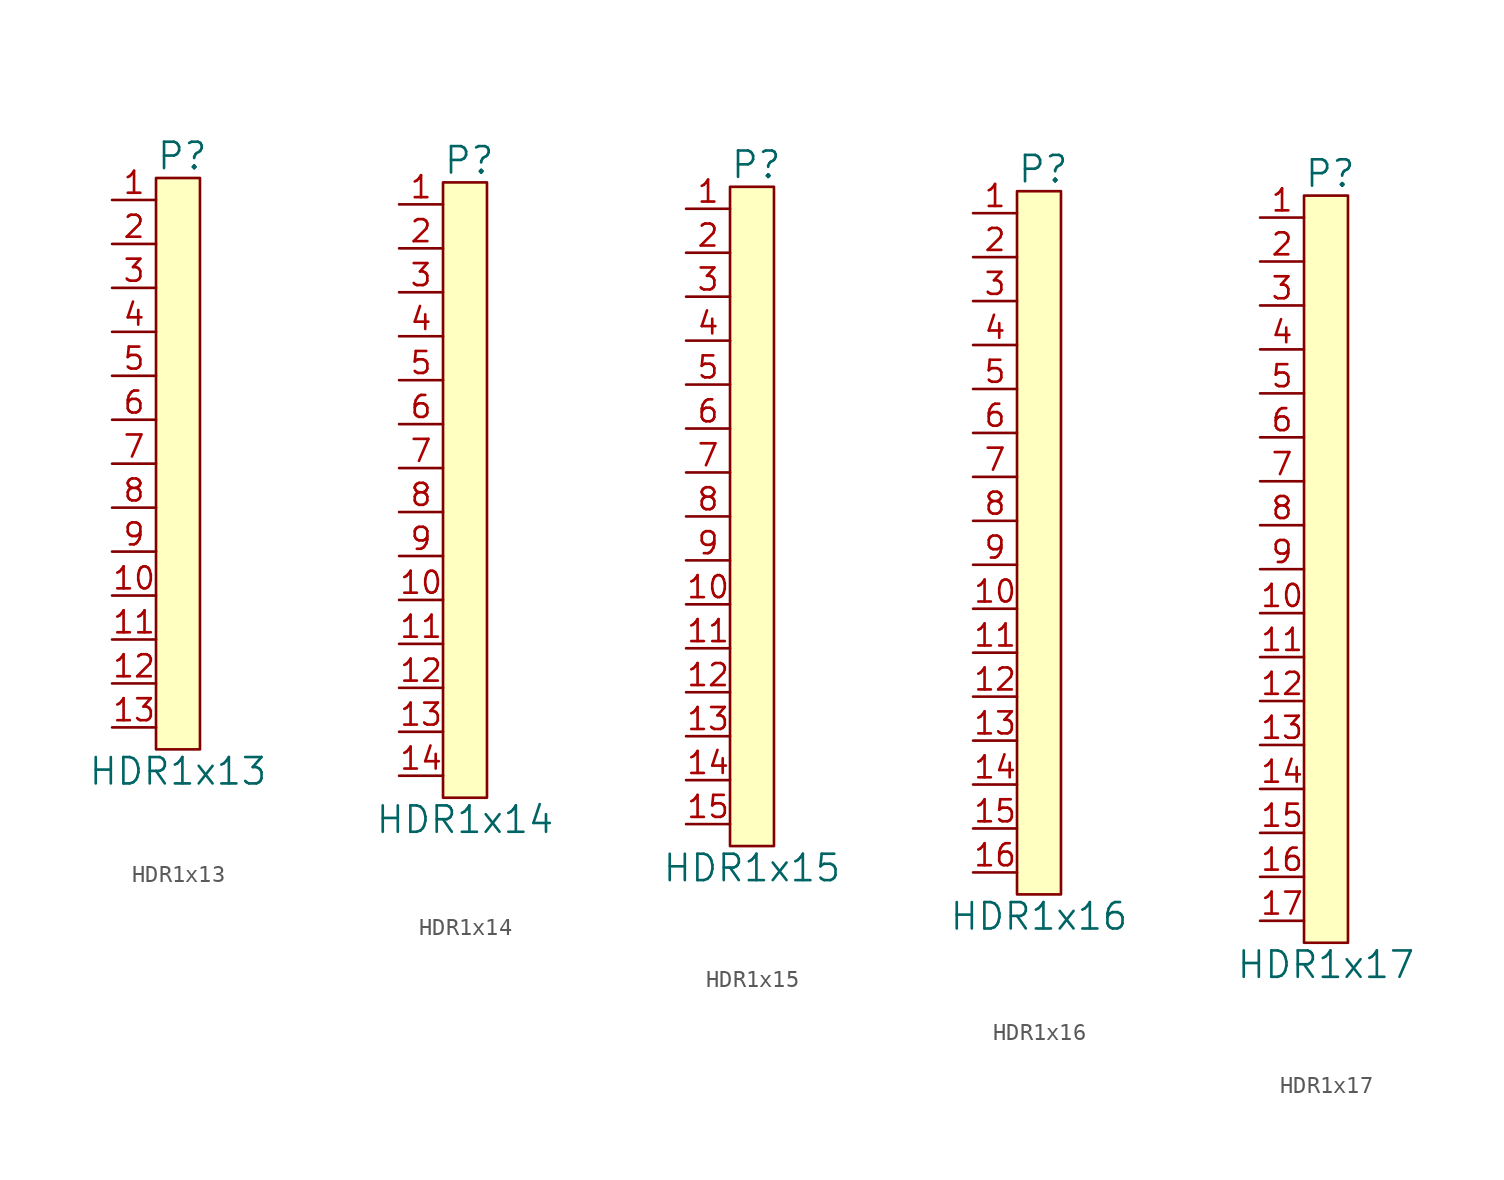
<source format=kicad_sym>
(kicad_symbol_lib
  (version 20231120)
  (generator "kicad_symbol_editor")
  (generator_version "8.0")
  (symbol "HDR1x13"
    (property "Reference" "P"
      (at -1.27 17.78 0)
      (effects (font (size 1.524 1.524)) (justify left)))
    (property "Value" "HDR1x13"
      (at 0 -17.78 0)
      (effects (font (size 1.524 1.524))))
    (symbol "HDR1x13_0_1"
      (rectangle (start -1.27 16.51) (end 1.27 -16.51) (stroke (width 0) (type default)) (fill (type background)))
      (pin unspecified line (at -3.81 -10.16 0) (length 2.54) (name "~" (effects (font (size 1.27 1.27)))) (number "11" (effects (font (size 1.27 1.27))))))
    (symbol "HDR1x13_1_1"
      (pin unspecified line (at -3.81 15.24 0) (length 2.54) (name "~" (effects (font (size 1.27 1.27)))) (number "1" (effects (font (size 1.27 1.27)))))
      (pin unspecified line (at -3.81 -7.62 0) (length 2.54) (name "~" (effects (font (size 1.27 1.27)))) (number "10" (effects (font (size 1.27 1.27)))))
      (pin unspecified line (at -3.81 -12.7 0) (length 2.54) (name "~" (effects (font (size 1.27 1.27)))) (number "12" (effects (font (size 1.27 1.27)))))
      (pin unspecified line (at -3.81 -15.24 0) (length 2.54) (name "~" (effects (font (size 1.27 1.27)))) (number "13" (effects (font (size 1.27 1.27)))))
      (pin unspecified line (at -3.81 12.7 0) (length 2.54) (name "~" (effects (font (size 1.27 1.27)))) (number "2" (effects (font (size 1.27 1.27)))))
      (pin unspecified line (at -3.81 10.16 0) (length 2.54) (name "~" (effects (font (size 1.27 1.27)))) (number "3" (effects (font (size 1.27 1.27)))))
      (pin unspecified line (at -3.81 7.62 0) (length 2.54) (name "~" (effects (font (size 1.27 1.27)))) (number "4" (effects (font (size 1.27 1.27)))))
      (pin unspecified line (at -3.81 5.08 0) (length 2.54) (name "~" (effects (font (size 1.27 1.27)))) (number "5" (effects (font (size 1.27 1.27)))))
      (pin unspecified line (at -3.81 2.54 0) (length 2.54) (name "~" (effects (font (size 1.27 1.27)))) (number "6" (effects (font (size 1.27 1.27)))))
      (pin unspecified line (at -3.81 0 0) (length 2.54) (name "~" (effects (font (size 1.27 1.27)))) (number "7" (effects (font (size 1.27 1.27)))))
      (pin unspecified line (at -3.81 -2.54 0) (length 2.54) (name "~" (effects (font (size 1.27 1.27)))) (number "8" (effects (font (size 1.27 1.27)))))
      (pin unspecified line (at -3.81 -5.08 0) (length 2.54) (name "~" (effects (font (size 1.27 1.27)))) (number "9" (effects (font (size 1.27 1.27)))))))
  (symbol "HDR1x14"
    (property "Reference" "P"
      (at -1.27 19.05 0)
      (effects (font (size 1.524 1.524)) (justify left)))
    (property "Value" "HDR1x14"
      (at 0 -19.05 0)
      (effects (font (size 1.524 1.524))))
    (symbol "HDR1x14_0_1"
      (rectangle (start -1.27 17.78) (end 1.27 -17.78) (stroke (width 0) (type default)) (fill (type background))))
    (symbol "HDR1x14_1_1"
      (pin unspecified line (at -3.81 16.51 0) (length 2.54) (name "~" (effects (font (size 1.27 1.27)))) (number "1" (effects (font (size 1.27 1.27)))))
      (pin unspecified line (at -3.81 -6.35 0) (length 2.54) (name "~" (effects (font (size 1.27 1.27)))) (number "10" (effects (font (size 1.27 1.27)))))
      (pin unspecified line (at -3.81 -8.89 0) (length 2.54) (name "~" (effects (font (size 1.27 1.27)))) (number "11" (effects (font (size 1.27 1.27)))))
      (pin unspecified line (at -3.81 -11.43 0) (length 2.54) (name "~" (effects (font (size 1.27 1.27)))) (number "12" (effects (font (size 1.27 1.27)))))
      (pin unspecified line (at -3.81 -13.97 0) (length 2.54) (name "~" (effects (font (size 1.27 1.27)))) (number "13" (effects (font (size 1.27 1.27)))))
      (pin unspecified line (at -3.81 -16.51 0) (length 2.54) (name "~" (effects (font (size 1.27 1.27)))) (number "14" (effects (font (size 1.27 1.27)))))
      (pin unspecified line (at -3.81 13.97 0) (length 2.54) (name "~" (effects (font (size 1.27 1.27)))) (number "2" (effects (font (size 1.27 1.27)))))
      (pin unspecified line (at -3.81 11.43 0) (length 2.54) (name "~" (effects (font (size 1.27 1.27)))) (number "3" (effects (font (size 1.27 1.27)))))
      (pin unspecified line (at -3.81 8.89 0) (length 2.54) (name "~" (effects (font (size 1.27 1.27)))) (number "4" (effects (font (size 1.27 1.27)))))
      (pin unspecified line (at -3.81 6.35 0) (length 2.54) (name "~" (effects (font (size 1.27 1.27)))) (number "5" (effects (font (size 1.27 1.27)))))
      (pin unspecified line (at -3.81 3.81 0) (length 2.54) (name "~" (effects (font (size 1.27 1.27)))) (number "6" (effects (font (size 1.27 1.27)))))
      (pin unspecified line (at -3.81 1.27 0) (length 2.54) (name "~" (effects (font (size 1.27 1.27)))) (number "7" (effects (font (size 1.27 1.27)))))
      (pin unspecified line (at -3.81 -1.27 0) (length 2.54) (name "~" (effects (font (size 1.27 1.27)))) (number "8" (effects (font (size 1.27 1.27)))))
      (pin unspecified line (at -3.81 -3.81 0) (length 2.54) (name "~" (effects (font (size 1.27 1.27)))) (number "9" (effects (font (size 1.27 1.27)))))))
  (symbol "HDR1x15"
    (property "Reference" "P"
      (at -1.27 20.32 0)
      (effects (font (size 1.524 1.524)) (justify left)))
    (property "Value" "HDR1x15"
      (at 0 -20.32 0)
      (effects (font (size 1.524 1.524))))
    (symbol "HDR1x15_0_1"
      (rectangle (start -1.27 19.05) (end 1.27 -19.05) (stroke (width 0) (type default)) (fill (type background))))
    (symbol "HDR1x15_1_1"
      (pin unspecified line (at -3.81 17.78 0) (length 2.54) (name "~" (effects (font (size 1.27 1.27)))) (number "1" (effects (font (size 1.27 1.27)))))
      (pin unspecified line (at -3.81 -5.08 0) (length 2.54) (name "~" (effects (font (size 1.27 1.27)))) (number "10" (effects (font (size 1.27 1.27)))))
      (pin unspecified line (at -3.81 -7.62 0) (length 2.54) (name "~" (effects (font (size 1.27 1.27)))) (number "11" (effects (font (size 1.27 1.27)))))
      (pin unspecified line (at -3.81 -10.16 0) (length 2.54) (name "~" (effects (font (size 1.27 1.27)))) (number "12" (effects (font (size 1.27 1.27)))))
      (pin unspecified line (at -3.81 -12.7 0) (length 2.54) (name "~" (effects (font (size 1.27 1.27)))) (number "13" (effects (font (size 1.27 1.27)))))
      (pin unspecified line (at -3.81 -15.24 0) (length 2.54) (name "~" (effects (font (size 1.27 1.27)))) (number "14" (effects (font (size 1.27 1.27)))))
      (pin unspecified line (at -3.81 -17.78 0) (length 2.54) (name "~" (effects (font (size 1.27 1.27)))) (number "15" (effects (font (size 1.27 1.27)))))
      (pin unspecified line (at -3.81 15.24 0) (length 2.54) (name "~" (effects (font (size 1.27 1.27)))) (number "2" (effects (font (size 1.27 1.27)))))
      (pin unspecified line (at -3.81 12.7 0) (length 2.54) (name "~" (effects (font (size 1.27 1.27)))) (number "3" (effects (font (size 1.27 1.27)))))
      (pin unspecified line (at -3.81 10.16 0) (length 2.54) (name "~" (effects (font (size 1.27 1.27)))) (number "4" (effects (font (size 1.27 1.27)))))
      (pin unspecified line (at -3.81 7.62 0) (length 2.54) (name "~" (effects (font (size 1.27 1.27)))) (number "5" (effects (font (size 1.27 1.27)))))
      (pin unspecified line (at -3.81 5.08 0) (length 2.54) (name "~" (effects (font (size 1.27 1.27)))) (number "6" (effects (font (size 1.27 1.27)))))
      (pin unspecified line (at -3.81 2.54 0) (length 2.54) (name "~" (effects (font (size 1.27 1.27)))) (number "7" (effects (font (size 1.27 1.27)))))
      (pin unspecified line (at -3.81 0 0) (length 2.54) (name "~" (effects (font (size 1.27 1.27)))) (number "8" (effects (font (size 1.27 1.27)))))
      (pin unspecified line (at -3.81 -2.54 0) (length 2.54) (name "~" (effects (font (size 1.27 1.27)))) (number "9" (effects (font (size 1.27 1.27)))))))
  (symbol "HDR1x16"
    (property "Reference" "P"
      (at -1.27 21.59 0)
      (effects (font (size 1.524 1.524)) (justify left)))
    (property "Value" "HDR1x16"
      (at 0 -21.59 0)
      (effects (font (size 1.524 1.524))))
    (symbol "HDR1x16_0_1"
      (rectangle (start -1.27 20.32) (end 1.27 -20.32) (stroke (width 0) (type default)) (fill (type background))))
    (symbol "HDR1x16_1_1"
      (pin unspecified line (at -3.81 19.05 0) (length 2.54) (name "~" (effects (font (size 1.27 1.27)))) (number "1" (effects (font (size 1.27 1.27)))))
      (pin unspecified line (at -3.81 -3.81 0) (length 2.54) (name "~" (effects (font (size 1.27 1.27)))) (number "10" (effects (font (size 1.27 1.27)))))
      (pin unspecified line (at -3.81 -6.35 0) (length 2.54) (name "~" (effects (font (size 1.27 1.27)))) (number "11" (effects (font (size 1.27 1.27)))))
      (pin unspecified line (at -3.81 -8.89 0) (length 2.54) (name "~" (effects (font (size 1.27 1.27)))) (number "12" (effects (font (size 1.27 1.27)))))
      (pin unspecified line (at -3.81 -11.43 0) (length 2.54) (name "~" (effects (font (size 1.27 1.27)))) (number "13" (effects (font (size 1.27 1.27)))))
      (pin unspecified line (at -3.81 -13.97 0) (length 2.54) (name "~" (effects (font (size 1.27 1.27)))) (number "14" (effects (font (size 1.27 1.27)))))
      (pin unspecified line (at -3.81 -16.51 0) (length 2.54) (name "~" (effects (font (size 1.27 1.27)))) (number "15" (effects (font (size 1.27 1.27)))))
      (pin unspecified line (at -3.81 -19.05 0) (length 2.54) (name "~" (effects (font (size 1.27 1.27)))) (number "16" (effects (font (size 1.27 1.27)))))
      (pin unspecified line (at -3.81 16.51 0) (length 2.54) (name "~" (effects (font (size 1.27 1.27)))) (number "2" (effects (font (size 1.27 1.27)))))
      (pin unspecified line (at -3.81 13.97 0) (length 2.54) (name "~" (effects (font (size 1.27 1.27)))) (number "3" (effects (font (size 1.27 1.27)))))
      (pin unspecified line (at -3.81 11.43 0) (length 2.54) (name "~" (effects (font (size 1.27 1.27)))) (number "4" (effects (font (size 1.27 1.27)))))
      (pin unspecified line (at -3.81 8.89 0) (length 2.54) (name "~" (effects (font (size 1.27 1.27)))) (number "5" (effects (font (size 1.27 1.27)))))
      (pin unspecified line (at -3.81 6.35 0) (length 2.54) (name "~" (effects (font (size 1.27 1.27)))) (number "6" (effects (font (size 1.27 1.27)))))
      (pin unspecified line (at -3.81 3.81 0) (length 2.54) (name "~" (effects (font (size 1.27 1.27)))) (number "7" (effects (font (size 1.27 1.27)))))
      (pin unspecified line (at -3.81 1.27 0) (length 2.54) (name "~" (effects (font (size 1.27 1.27)))) (number "8" (effects (font (size 1.27 1.27)))))
      (pin unspecified line (at -3.81 -1.27 0) (length 2.54) (name "~" (effects (font (size 1.27 1.27)))) (number "9" (effects (font (size 1.27 1.27)))))))
  (symbol "HDR1x17"
    (property "Reference" "P"
      (at -1.27 22.86 0)
      (effects (font (size 1.524 1.524)) (justify left)))
    (property "Value" "HDR1x17"
      (at 0 -22.86 0)
      (effects (font (size 1.524 1.524))))
    (symbol "HDR1x17_0_1"
      (rectangle (start -1.27 21.59) (end 1.27 -21.59) (stroke (width 0) (type default)) (fill (type background))))
    (symbol "HDR1x17_1_1"
      (pin unspecified line (at -3.81 20.32 0) (length 2.54) (name "~" (effects (font (size 1.27 1.27)))) (number "1" (effects (font (size 1.27 1.27)))))
      (pin unspecified line (at -3.81 -2.54 0) (length 2.54) (name "~" (effects (font (size 1.27 1.27)))) (number "10" (effects (font (size 1.27 1.27)))))
      (pin unspecified line (at -3.81 -5.08 0) (length 2.54) (name "~" (effects (font (size 1.27 1.27)))) (number "11" (effects (font (size 1.27 1.27)))))
      (pin unspecified line (at -3.81 -7.62 0) (length 2.54) (name "~" (effects (font (size 1.27 1.27)))) (number "12" (effects (font (size 1.27 1.27)))))
      (pin unspecified line (at -3.81 -10.16 0) (length 2.54) (name "~" (effects (font (size 1.27 1.27)))) (number "13" (effects (font (size 1.27 1.27)))))
      (pin unspecified line (at -3.81 -12.7 0) (length 2.54) (name "~" (effects (font (size 1.27 1.27)))) (number "14" (effects (font (size 1.27 1.27)))))
      (pin unspecified line (at -3.81 -15.24 0) (length 2.54) (name "~" (effects (font (size 1.27 1.27)))) (number "15" (effects (font (size 1.27 1.27)))))
      (pin unspecified line (at -3.81 -17.78 0) (length 2.54) (name "~" (effects (font (size 1.27 1.27)))) (number "16" (effects (font (size 1.27 1.27)))))
      (pin unspecified line (at -3.81 -20.32 0) (length 2.54) (name "~" (effects (font (size 1.27 1.27)))) (number "17" (effects (font (size 1.27 1.27)))))
      (pin unspecified line (at -3.81 17.78 0) (length 2.54) (name "~" (effects (font (size 1.27 1.27)))) (number "2" (effects (font (size 1.27 1.27)))))
      (pin unspecified line (at -3.81 15.24 0) (length 2.54) (name "~" (effects (font (size 1.27 1.27)))) (number "3" (effects (font (size 1.27 1.27)))))
      (pin unspecified line (at -3.81 12.7 0) (length 2.54) (name "~" (effects (font (size 1.27 1.27)))) (number "4" (effects (font (size 1.27 1.27)))))
      (pin unspecified line (at -3.81 10.16 0) (length 2.54) (name "~" (effects (font (size 1.27 1.27)))) (number "5" (effects (font (size 1.27 1.27)))))
      (pin unspecified line (at -3.81 7.62 0) (length 2.54) (name "~" (effects (font (size 1.27 1.27)))) (number "6" (effects (font (size 1.27 1.27)))))
      (pin unspecified line (at -3.81 5.08 0) (length 2.54) (name "~" (effects (font (size 1.27 1.27)))) (number "7" (effects (font (size 1.27 1.27)))))
      (pin unspecified line (at -3.81 2.54 0) (length 2.54) (name "~" (effects (font (size 1.27 1.27)))) (number "8" (effects (font (size 1.27 1.27)))))
      (pin unspecified line (at -3.81 0 0) (length 2.54) (name "~" (effects (font (size 1.27 1.27)))) (number "9" (effects (font (size 1.27 1.27))))))))
</source>
